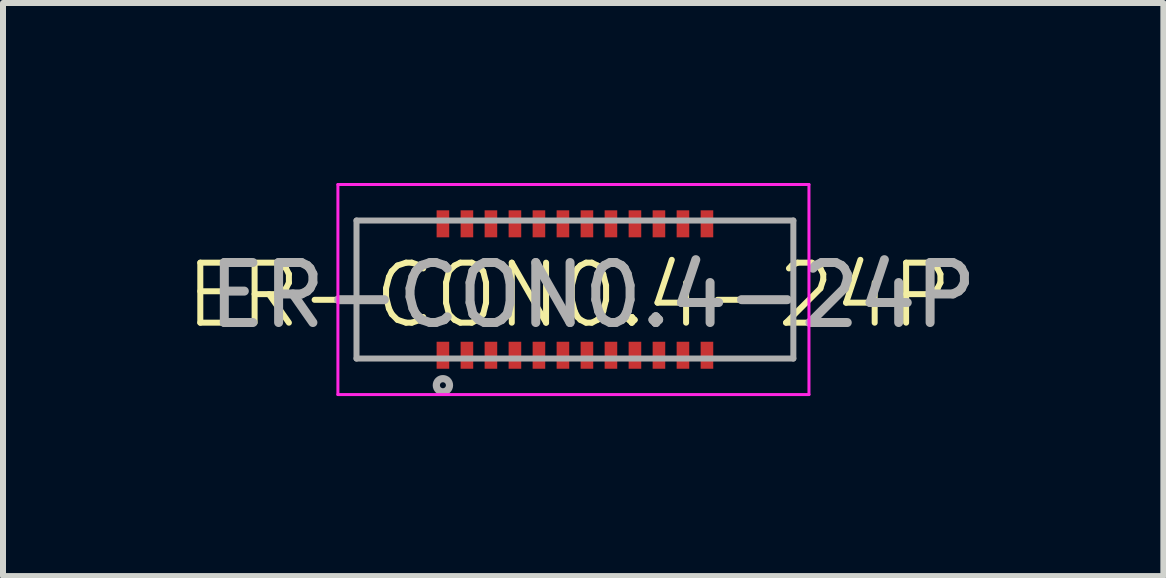
<source format=kicad_pcb>
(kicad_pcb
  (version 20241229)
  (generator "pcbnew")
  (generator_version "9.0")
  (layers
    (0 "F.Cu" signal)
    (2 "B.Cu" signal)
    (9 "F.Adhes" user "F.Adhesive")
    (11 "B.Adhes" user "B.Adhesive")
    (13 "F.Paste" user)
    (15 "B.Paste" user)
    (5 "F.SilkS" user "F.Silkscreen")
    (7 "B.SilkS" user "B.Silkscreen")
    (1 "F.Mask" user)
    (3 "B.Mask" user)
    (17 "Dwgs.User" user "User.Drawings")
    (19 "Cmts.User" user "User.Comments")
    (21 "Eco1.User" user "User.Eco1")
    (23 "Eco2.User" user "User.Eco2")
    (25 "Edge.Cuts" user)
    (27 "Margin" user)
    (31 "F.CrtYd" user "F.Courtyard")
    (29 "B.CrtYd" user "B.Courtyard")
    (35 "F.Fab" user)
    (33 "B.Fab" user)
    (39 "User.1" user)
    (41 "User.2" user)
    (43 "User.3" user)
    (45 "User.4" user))
  (footprint "ER-CON0.4-24P"
    (layer "F.Cu")
    (at 6.531 1.77)
    (property "Reference" "ER-CON0.4-24P" (at -0.1 0.1 0) (unlocked yes) (layer "F.SilkS") (effects (font (size 1 1) (thickness 0.1))))
    (attr smd)
    (fp_line (start -3.95 -1.745) (end 0 -1.745) (stroke (width 0.05) (type solid)) (layer "F.CrtYd"))
    (fp_line (start -3.95 1.755) (end -3.95 -1.745) (stroke (width 0.05) (type solid)) (layer "F.CrtYd"))
    (fp_line (start 0 -1.745) (end 3.9 -1.745) (stroke (width 0.05) (type solid)) (layer "F.CrtYd"))
    (fp_line (start 3.9 -1.745) (end 3.9 1.755) (stroke (width 0.05) (type solid)) (layer "F.CrtYd"))
    (fp_line (start 3.9 1.755) (end -3.95 1.755) (stroke (width 0.05) (type solid)) (layer "F.CrtYd"))
    (fp_line (start -3.64 -1.145) (end -3.64 1.155) (stroke (width 0.1) (type solid)) (layer "F.Fab"))
    (fp_line (start -3.64 1.155) (end 3.64 1.155) (stroke (width 0.1) (type solid)) (layer "F.Fab"))
    (fp_line (start 3.64 -1.145) (end -3.64 -1.145) (stroke (width 0.1) (type solid)) (layer "F.Fab"))
    (fp_line (start 3.64 1.155) (end 3.64 -1.145) (stroke (width 0.1) (type solid)) (layer "F.Fab"))
    (fp_circle (center -2.2 1.6) (end -2.15 1.6) (stroke (width 0.12) (type solid)) (fill no) (layer "F.Fab"))
    (fp_text user "${REFERENCE}" (at 0.3 0.1 0) (unlocked yes) (layer "F.Fab") (effects (font (size 1 1) (thickness 0.15))))
    (pad "1" smd rect (at -2.2 1.1) (size 0.21 0.45) (layers "F.Cu" "F.Mask" "F.Paste"))
    (pad "2" smd rect (at -1.8 1.1) (size 0.21 0.45) (layers "F.Cu" "F.Mask" "F.Paste"))
    (pad "3" smd rect (at -1.4 1.1) (size 0.21 0.45) (layers "F.Cu" "F.Mask" "F.Paste"))
    (pad "4" smd rect (at -1 1.1) (size 0.21 0.45) (layers "F.Cu" "F.Mask" "F.Paste"))
    (pad "5" smd rect (at -0.6 1.1) (size 0.21 0.45) (layers "F.Cu" "F.Mask" "F.Paste"))
    (pad "6" smd rect (at -0.2 1.1) (size 0.21 0.45) (layers "F.Cu" "F.Mask" "F.Paste"))
    (pad "7" smd rect (at 0.2 1.1) (size 0.21 0.45) (layers "F.Cu" "F.Mask" "F.Paste"))
    (pad "8" smd rect (at 0.6 1.1) (size 0.21 0.45) (layers "F.Cu" "F.Mask" "F.Paste"))
    (pad "9" smd rect (at 1 1.1) (size 0.21 0.45) (layers "F.Cu" "F.Mask" "F.Paste"))
    (pad "10" smd rect (at 1.4 1.1) (size 0.21 0.45) (layers "F.Cu" "F.Mask" "F.Paste"))
    (pad "11" smd rect (at 1.8 1.1) (size 0.21 0.45) (layers "F.Cu" "F.Mask" "F.Paste"))
    (pad "12" smd rect (at 2.2 1.1) (size 0.21 0.45) (layers "F.Cu" "F.Mask" "F.Paste"))
    (pad "13" smd rect (at 2.2 -1.09) (size 0.21 0.45) (layers "F.Cu" "F.Mask" "F.Paste"))
    (pad "14" smd rect (at 1.8 -1.09) (size 0.21 0.45) (layers "F.Cu" "F.Mask" "F.Paste"))
    (pad "15" smd rect (at 1.4 -1.09) (size 0.21 0.45) (layers "F.Cu" "F.Mask" "F.Paste"))
    (pad "16" smd rect (at 1 -1.09) (size 0.21 0.45) (layers "F.Cu" "F.Mask" "F.Paste"))
    (pad "17" smd rect (at 0.6 -1.09) (size 0.21 0.45) (layers "F.Cu" "F.Mask" "F.Paste"))
    (pad "18" smd rect (at 0.2 -1.09) (size 0.21 0.45) (layers "F.Cu" "F.Mask" "F.Paste"))
    (pad "19" smd rect (at -0.2 -1.09) (size 0.21 0.45) (layers "F.Cu" "F.Mask" "F.Paste"))
    (pad "20" smd rect (at -0.6 -1.09) (size 0.21 0.45) (layers "F.Cu" "F.Mask" "F.Paste"))
    (pad "21" smd rect (at -1 -1.09) (size 0.21 0.45) (layers "F.Cu" "F.Mask" "F.Paste"))
    (pad "22" smd rect (at -1.4 -1.09) (size 0.21 0.45) (layers "F.Cu" "F.Mask" "F.Paste"))
    (pad "23" smd rect (at -1.8 -1.09) (size 0.21 0.45) (layers "F.Cu" "F.Mask" "F.Paste"))
    (pad "24" smd rect (at -2.2 -1.09) (size 0.21 0.45) (layers "F.Cu" "F.Mask" "F.Paste")))
  (gr_rect
    (start -3 -3)
    (end 16.337 6.55)
    (stroke (width 0.1) (type default))
    (fill no)
    (layer "Edge.Cuts")))
</source>
